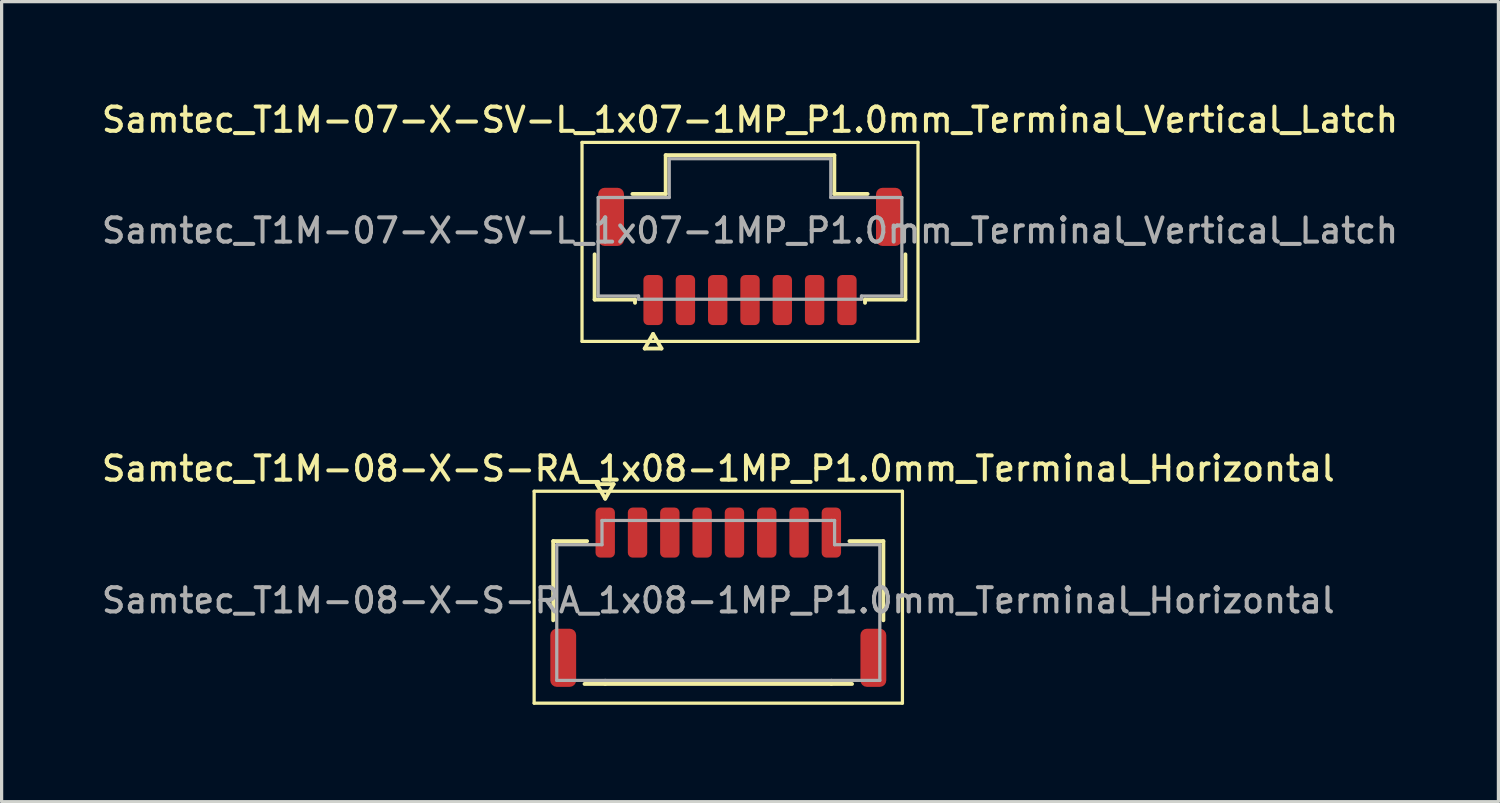
<source format=kicad_pcb>
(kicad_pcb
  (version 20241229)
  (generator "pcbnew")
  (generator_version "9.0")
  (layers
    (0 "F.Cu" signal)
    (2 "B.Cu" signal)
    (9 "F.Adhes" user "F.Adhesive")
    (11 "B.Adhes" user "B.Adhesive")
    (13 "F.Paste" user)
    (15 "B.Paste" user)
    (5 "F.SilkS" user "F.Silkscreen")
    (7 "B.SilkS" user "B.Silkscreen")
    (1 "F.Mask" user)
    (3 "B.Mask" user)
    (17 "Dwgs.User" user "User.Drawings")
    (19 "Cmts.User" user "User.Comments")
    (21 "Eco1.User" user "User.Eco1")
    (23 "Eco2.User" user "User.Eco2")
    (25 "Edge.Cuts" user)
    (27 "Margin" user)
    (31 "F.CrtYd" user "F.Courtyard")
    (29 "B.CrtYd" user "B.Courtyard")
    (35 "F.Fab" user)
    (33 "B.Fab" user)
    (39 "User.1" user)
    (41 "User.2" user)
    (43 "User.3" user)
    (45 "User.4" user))
  (footprint "Samtec_T1M-07-X-SV-L_1x07-1MP_P1.0mm_Terminal_Vertical_Latch"
    (layer "F.Cu")
    (at 20.166 4.088)
    (property "Reference" "Samtec_T1M-07-X-SV-L_1x07-1MP_P1.0mm_Terminal_Vertical_Latch" (at 0 -3.43 0) (layer "F.SilkS") (effects (font (size 0.75 0.75) (thickness 0.125))))
    (attr smd)
    (fp_line (start -5.2 -2.73) (end -5.2 3.43) (stroke (width 0.1) (type solid)) (layer "F.SilkS"))
    (fp_line (start -5.2 3.43) (end 5.2 3.43) (stroke (width 0.1) (type solid)) (layer "F.SilkS"))
    (fp_line (start -4.81 2.135) (end -4.81 0.735) (stroke (width 0.12) (type solid)) (layer "F.SilkS"))
    (fp_line (start -3.64 -1.135) (end -2.61 -1.135) (stroke (width 0.12) (type solid)) (layer "F.SilkS"))
    (fp_line (start -3.56 2.135) (end -4.81 2.135) (stroke (width 0.12) (type solid)) (layer "F.SilkS"))
    (fp_line (start -3.56 2.235) (end -3.56 2.135) (stroke (width 0.12) (type solid)) (layer "F.SilkS"))
    (fp_line (start -3.26 3.65) (end -3 3.2) (stroke (width 0.12) (type solid)) (layer "F.SilkS"))
    (fp_line (start -3 3.2) (end -2.74 3.65) (stroke (width 0.12) (type solid)) (layer "F.SilkS"))
    (fp_line (start -2.74 3.65) (end -3.26 3.65) (stroke (width 0.12) (type solid)) (layer "F.SilkS"))
    (fp_line (start -2.61 -2.335) (end 2.61 -2.335) (stroke (width 0.12) (type solid)) (layer "F.SilkS"))
    (fp_line (start -2.61 -1.135) (end -2.61 -2.335) (stroke (width 0.12) (type solid)) (layer "F.SilkS"))
    (fp_line (start 2.61 -2.335) (end 2.61 -1.135) (stroke (width 0.12) (type solid)) (layer "F.SilkS"))
    (fp_line (start 2.61 -1.135) (end 3.64 -1.135) (stroke (width 0.12) (type solid)) (layer "F.SilkS"))
    (fp_line (start 3.56 2.135) (end 3.56 2.235) (stroke (width 0.12) (type solid)) (layer "F.SilkS"))
    (fp_line (start 4.81 0.735) (end 4.81 2.135) (stroke (width 0.12) (type solid)) (layer "F.SilkS"))
    (fp_line (start 4.81 2.135) (end 3.56 2.135) (stroke (width 0.12) (type solid)) (layer "F.SilkS"))
    (fp_line (start 5.2 -2.73) (end -5.2 -2.73) (stroke (width 0.1) (type solid)) (layer "F.SilkS"))
    (fp_line (start 5.2 3.43) (end 5.2 -2.73) (stroke (width 0.1) (type solid)) (layer "F.SilkS"))
    (fp_line (start -4.7 -1.025) (end -2.5 -1.025) (stroke (width 0.1) (type solid)) (layer "F.Fab"))
    (fp_line (start -4.7 2.025) (end -4.7 -1.025) (stroke (width 0.1) (type solid)) (layer "F.Fab"))
    (fp_line (start -3.45 2.025) (end -4.7 2.025) (stroke (width 0.1) (type solid)) (layer "F.Fab"))
    (fp_line (start -3.45 2.125) (end -3.45 2.025) (stroke (width 0.1) (type solid)) (layer "F.Fab"))
    (fp_line (start -2.5 -2.225) (end 2.5 -2.225) (stroke (width 0.1) (type solid)) (layer "F.Fab"))
    (fp_line (start -2.5 -1.025) (end -2.5 -2.225) (stroke (width 0.1) (type solid)) (layer "F.Fab"))
    (fp_line (start 2.5 -2.225) (end 2.5 -1.025) (stroke (width 0.1) (type solid)) (layer "F.Fab"))
    (fp_line (start 2.5 -1.025) (end 4.7 -1.025) (stroke (width 0.1) (type solid)) (layer "F.Fab"))
    (fp_line (start 3.45 2.025) (end 3.45 2.125) (stroke (width 0.1) (type solid)) (layer "F.Fab"))
    (fp_line (start 3.45 2.125) (end -3.45 2.125) (stroke (width 0.1) (type solid)) (layer "F.Fab"))
    (fp_line (start 4.7 -1.025) (end 4.7 2.025) (stroke (width 0.1) (type solid)) (layer "F.Fab"))
    (fp_line (start 4.7 2.025) (end 3.45 2.025) (stroke (width 0.1) (type solid)) (layer "F.Fab"))
    (fp_text user "${REFERENCE}" (at 0 0 0) (layer "F.Fab") (effects (font (size 0.75 0.75) (thickness 0.125))))
    (pad "1" smd roundrect (at -3 2.15) (size 0.6 1.55) (layers "F.Cu" "F.Mask" "F.Paste") (roundrect_rratio 0.25))
    (pad "2" smd roundrect (at -2 2.15) (size 0.6 1.55) (layers "F.Cu" "F.Mask" "F.Paste") (roundrect_rratio 0.25))
    (pad "3" smd roundrect (at -1 2.15) (size 0.6 1.55) (layers "F.Cu" "F.Mask" "F.Paste") (roundrect_rratio 0.25))
    (pad "4" smd roundrect (at 0 2.15) (size 0.6 1.55) (layers "F.Cu" "F.Mask" "F.Paste") (roundrect_rratio 0.25))
    (pad "5" smd roundrect (at 1 2.15) (size 0.6 1.55) (layers "F.Cu" "F.Mask" "F.Paste") (roundrect_rratio 0.25))
    (pad "6" smd roundrect (at 2 2.15) (size 0.6 1.55) (layers "F.Cu" "F.Mask" "F.Paste") (roundrect_rratio 0.25))
    (pad "7" smd roundrect (at 3 2.15) (size 0.6 1.55) (layers "F.Cu" "F.Mask" "F.Paste") (roundrect_rratio 0.25))
    (pad "MP" smd roundrect (at -4.3 -0.425) (size 0.8 1.8) (layers "F.Cu" "F.Mask" "F.Paste") (roundrect_rratio 0.25))
    (pad "MP" smd roundrect (at 4.3 -0.425) (size 0.8 1.8) (layers "F.Cu" "F.Mask" "F.Paste") (roundrect_rratio 0.25)))
  (footprint "Samtec_T1M-08-X-S-RA_1x08-1MP_P1.0mm_Terminal_Horizontal"
    (layer "F.Cu")
    (at 19.184 15.536)
    (property "Reference" "Samtec_T1M-08-X-S-RA_1x08-1MP_P1.0mm_Terminal_Horizontal" (at 0 -4.08 0) (layer "F.SilkS") (effects (font (size 0.75 0.75) (thickness 0.125))))
    (attr smd)
    (fp_line (start -5.7 -3.38) (end -5.7 3.18) (stroke (width 0.1) (type solid)) (layer "F.SilkS"))
    (fp_line (start -5.7 3.18) (end 5.7 3.18) (stroke (width 0.1) (type solid)) (layer "F.SilkS"))
    (fp_line (start -5.11 -1.835) (end -4.06 -1.835) (stroke (width 0.12) (type solid)) (layer "F.SilkS"))
    (fp_line (start -5.11 0.615) (end -5.11 -1.835) (stroke (width 0.12) (type solid)) (layer "F.SilkS"))
    (fp_line (start -3.76 -3.6) (end -3.5 -3.15) (stroke (width 0.12) (type solid)) (layer "F.SilkS"))
    (fp_line (start -3.5 -3.15) (end -3.24 -3.6) (stroke (width 0.12) (type solid)) (layer "F.SilkS"))
    (fp_line (start -3.5 2.585) (end -4.14 2.585) (stroke (width 0.12) (type solid)) (layer "F.SilkS"))
    (fp_line (start -3.24 -3.6) (end -3.76 -3.6) (stroke (width 0.12) (type solid)) (layer "F.SilkS"))
    (fp_line (start 3.5 2.585) (end -3.5 2.585) (stroke (width 0.12) (type solid)) (layer "F.SilkS"))
    (fp_line (start 4.06 -1.835) (end 5.11 -1.835) (stroke (width 0.12) (type solid)) (layer "F.SilkS"))
    (fp_line (start 4.14 2.585) (end 3.5 2.585) (stroke (width 0.12) (type solid)) (layer "F.SilkS"))
    (fp_line (start 5.11 -1.835) (end 5.11 0.615) (stroke (width 0.12) (type solid)) (layer "F.SilkS"))
    (fp_line (start 5.7 -3.38) (end -5.7 -3.38) (stroke (width 0.1) (type solid)) (layer "F.SilkS"))
    (fp_line (start 5.7 3.18) (end 5.7 -3.38) (stroke (width 0.1) (type solid)) (layer "F.SilkS"))
    (fp_line (start -5 -1.725) (end -3.6 -1.725) (stroke (width 0.1) (type solid)) (layer "F.Fab"))
    (fp_line (start -5 2.475) (end -5 -1.725) (stroke (width 0.1) (type solid)) (layer "F.Fab"))
    (fp_line (start -3.6 -2.475) (end -3.5 -2.475) (stroke (width 0.1) (type solid)) (layer "F.Fab"))
    (fp_line (start -3.6 -1.725) (end -3.6 -2.475) (stroke (width 0.1) (type solid)) (layer "F.Fab"))
    (fp_line (start -3.5 -2.475) (end 3.5 -2.475) (stroke (width 0.1) (type solid)) (layer "F.Fab"))
    (fp_line (start -3.5 2.475) (end -5 2.475) (stroke (width 0.1) (type solid)) (layer "F.Fab"))
    (fp_line (start 3.5 -2.475) (end 3.6 -2.475) (stroke (width 0.1) (type solid)) (layer "F.Fab"))
    (fp_line (start 3.5 2.475) (end -3.5 2.475) (stroke (width 0.1) (type solid)) (layer "F.Fab"))
    (fp_line (start 3.6 -2.475) (end 3.6 -1.725) (stroke (width 0.1) (type solid)) (layer "F.Fab"))
    (fp_line (start 3.6 -1.725) (end 5 -1.725) (stroke (width 0.1) (type solid)) (layer "F.Fab"))
    (fp_line (start 5 -1.725) (end 5 2.475) (stroke (width 0.1) (type solid)) (layer "F.Fab"))
    (fp_line (start 5 2.475) (end 3.5 2.475) (stroke (width 0.1) (type solid)) (layer "F.Fab"))
    (fp_text user "${REFERENCE}" (at 0 0 0) (layer "F.Fab") (effects (font (size 0.75 0.75) (thickness 0.125))))
    (pad "1" smd roundrect (at -3.5 -2.1) (size 0.6 1.55) (layers "F.Cu" "F.Mask" "F.Paste") (roundrect_rratio 0.25))
    (pad "2" smd roundrect (at -2.5 -2.1) (size 0.6 1.55) (layers "F.Cu" "F.Mask" "F.Paste") (roundrect_rratio 0.25))
    (pad "3" smd roundrect (at -1.5 -2.1) (size 0.6 1.55) (layers "F.Cu" "F.Mask" "F.Paste") (roundrect_rratio 0.25))
    (pad "4" smd roundrect (at -0.5 -2.1) (size 0.6 1.55) (layers "F.Cu" "F.Mask" "F.Paste") (roundrect_rratio 0.25))
    (pad "5" smd roundrect (at 0.5 -2.1) (size 0.6 1.55) (layers "F.Cu" "F.Mask" "F.Paste") (roundrect_rratio 0.25))
    (pad "6" smd roundrect (at 1.5 -2.1) (size 0.6 1.55) (layers "F.Cu" "F.Mask" "F.Paste") (roundrect_rratio 0.25))
    (pad "7" smd roundrect (at 2.5 -2.1) (size 0.6 1.55) (layers "F.Cu" "F.Mask" "F.Paste") (roundrect_rratio 0.25))
    (pad "8" smd roundrect (at 3.5 -2.1) (size 0.6 1.55) (layers "F.Cu" "F.Mask" "F.Paste") (roundrect_rratio 0.25))
    (pad "MP" smd roundrect (at -4.8 1.775) (size 0.8 1.8) (layers "F.Cu" "F.Mask" "F.Paste") (roundrect_rratio 0.25))
    (pad "MP" smd roundrect (at 4.8 1.775) (size 0.8 1.8) (layers "F.Cu" "F.Mask" "F.Paste") (roundrect_rratio 0.25)))
  (gr_rect
    (start -3 -3)
    (end 43.332 21.766)
    (stroke (width 0.1) (type default))
    (fill no)
    (layer "Edge.Cuts")))
</source>
